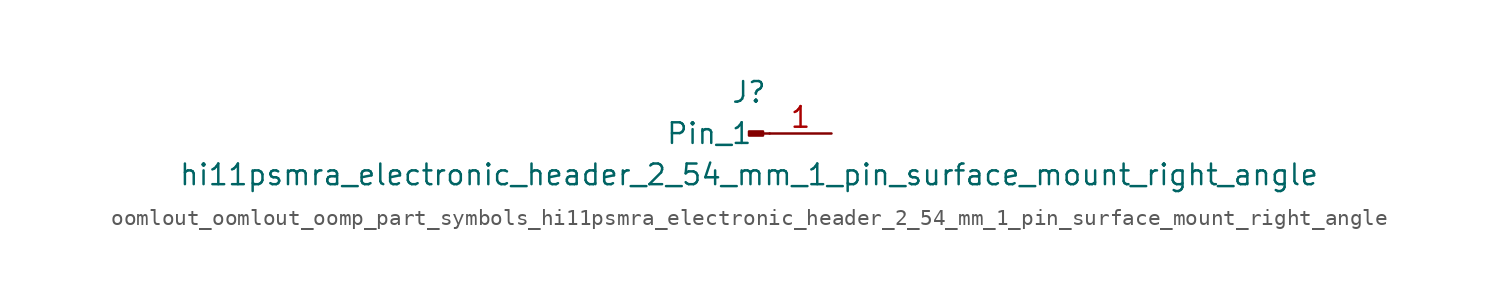
<source format=kicad_sym>
(kicad_symbol_lib
  (version 20220914)
  (generator kicad_symbol_editor)
  (symbol "oomlout_oomlout_oomp_part_symbols_hi11psmra_electronic_header_2_54_mm_1_pin_surface_mount_right_angle"
    (pin_names
      (offset 1.016))
    (property "Reference" "J"
      (at 0 2.54 0)
      (effects (font (size 1.27 1.27))))
    (property "Value" "hi11psmra_electronic_header_2_54_mm_1_pin_surface_mount_right_angle"
      (at 0 -2.54 0)
      (effects (font (size 1.27 1.27))))
    (property "ki_locked" ""
      (at 0 0 0)
      (effects (font (size 1.27 1.27))))
    (symbol "oomlout_oomlout_oomp_part_symbols_hi11psmra_electronic_header_2_54_mm_1_pin_surface_mount_right_angle_1_1"
      (polyline (pts (xy 1.27 0) (xy 0.864 0)) (stroke (width 0.152) (type default)) (fill (type none)))
      (rectangle (start 0.864 0.127) (end 0 -0.127) (stroke (width 0.152) (type default)) (fill (type outline)))
      (pin passive line (at 5.08 0 180) (length 3.81) (name "Pin_1" (effects (font (size 1.27 1.27)))) (number "1" (effects (font (size 1.27 1.27))))))))
</source>
